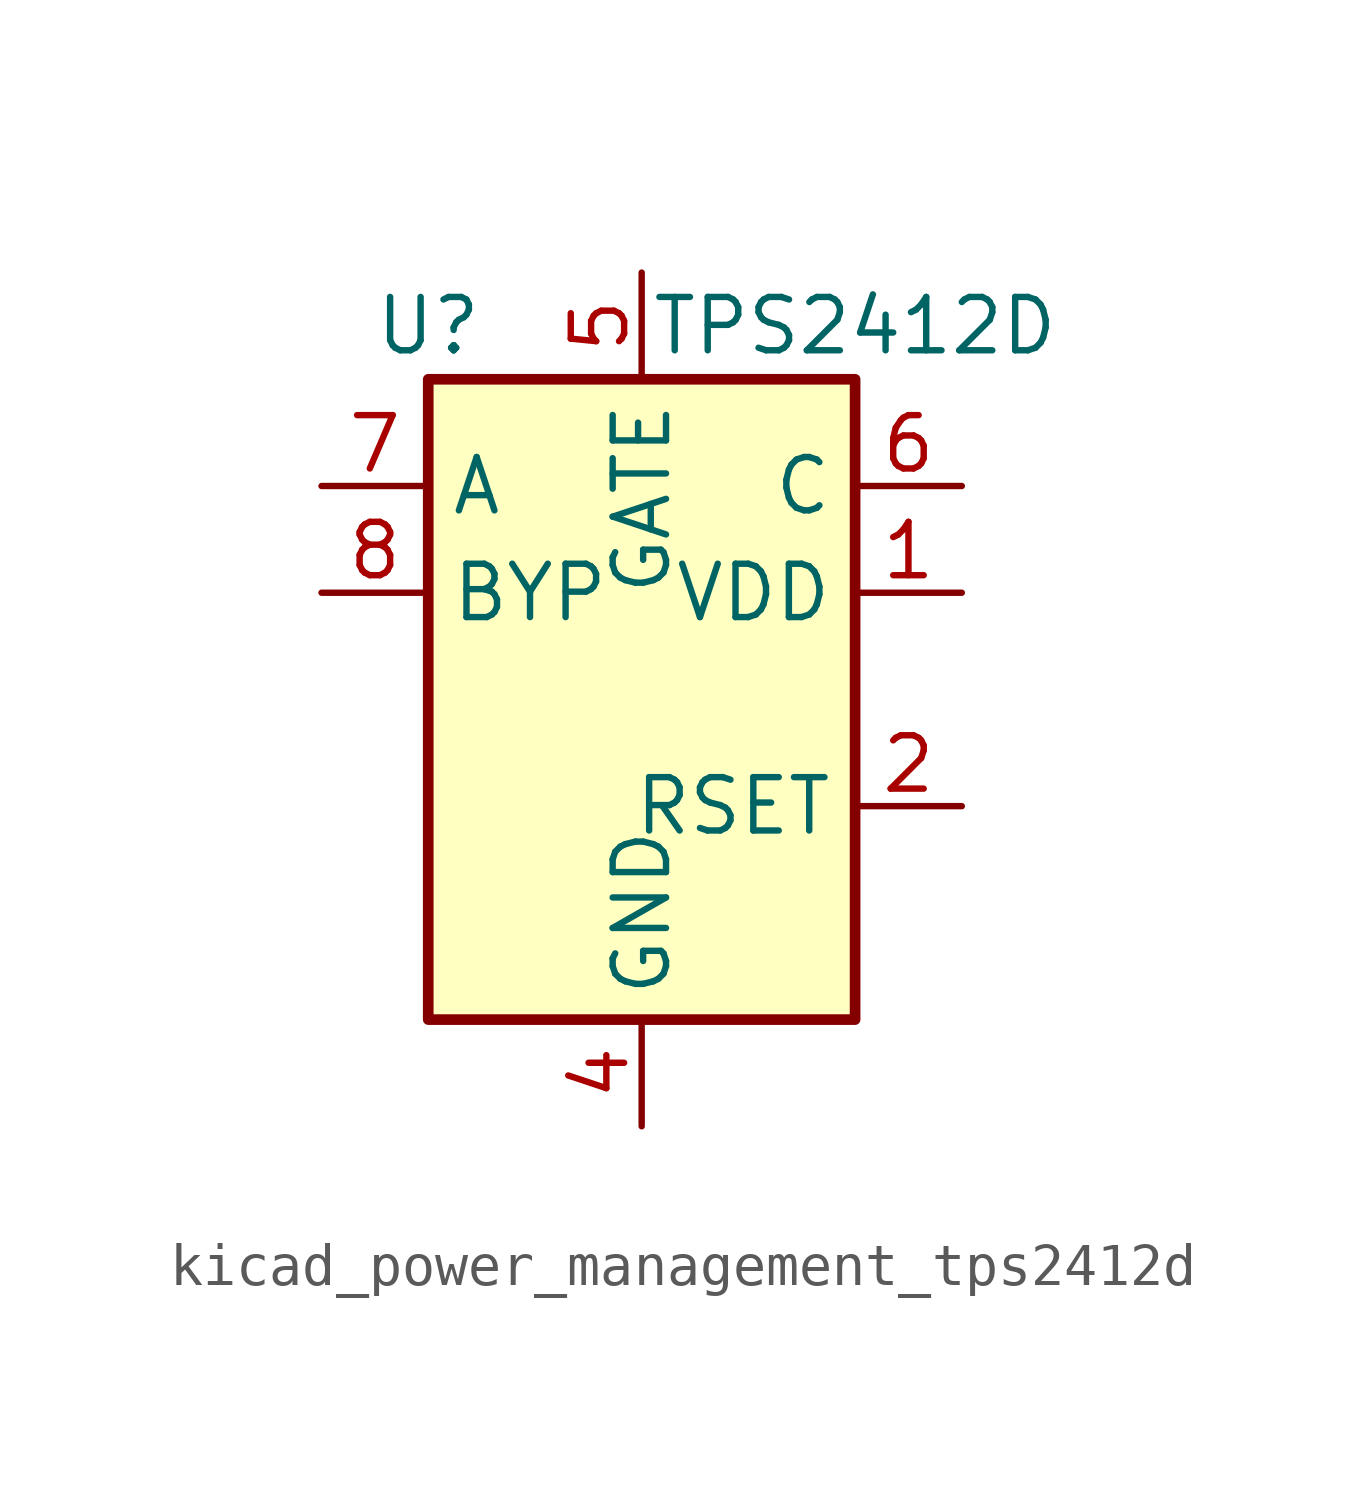
<source format=kicad_sym>
(kicad_symbol_lib
  (version 20220914)
  (generator kicad_symbol_editor)
  (symbol "kicad_power_management_tps2412d"
    (property "Reference" "U"
      (at -5.08 8.89 0)
      (effects (font (size 1.27 1.27))))
    (property "Value" "TPS2412D"
      (at 5.08 8.89 0)
      (effects (font (size 1.27 1.27))))
    (symbol "kicad_power_management_tps2412d_0_1"
      (rectangle (start -5.08 7.62) (end 5.08 -7.62) (stroke (width 0.254) (type default)) (fill (type background))))
    (symbol "kicad_power_management_tps2412d_1_1"
      (pin power_in line (at 7.62 2.54 180) (length 2.54) (name "VDD" (effects (font (size 1.27 1.27)))) (number "1" (effects (font (size 1.27 1.27)))))
      (pin passive line (at 7.62 -2.54 180) (length 2.54) (name "RSET" (effects (font (size 1.27 1.27)))) (number "2" (effects (font (size 1.27 1.27)))))
      (pin passive line (at 0 -10.16 90) (length 2.54) hide (name "GND" (effects (font (size 1.27 1.27)))) (number "3" (effects (font (size 1.27 1.27)))))
      (pin power_in line (at 0 -10.16 90) (length 2.54) (name "GND" (effects (font (size 1.27 1.27)))) (number "4" (effects (font (size 1.27 1.27)))))
      (pin output line (at 0 10.16 270) (length 2.54) (name "GATE" (effects (font (size 1.27 1.27)))) (number "5" (effects (font (size 1.27 1.27)))))
      (pin input line (at 7.62 5.08 180) (length 2.54) (name "C" (effects (font (size 1.27 1.27)))) (number "6" (effects (font (size 1.27 1.27)))))
      (pin input line (at -7.62 5.08 0) (length 2.54) (name "A" (effects (font (size 1.27 1.27)))) (number "7" (effects (font (size 1.27 1.27)))))
      (pin passive line (at -7.62 2.54 0) (length 2.54) (name "BYP" (effects (font (size 1.27 1.27)))) (number "8" (effects (font (size 1.27 1.27))))))))
</source>
